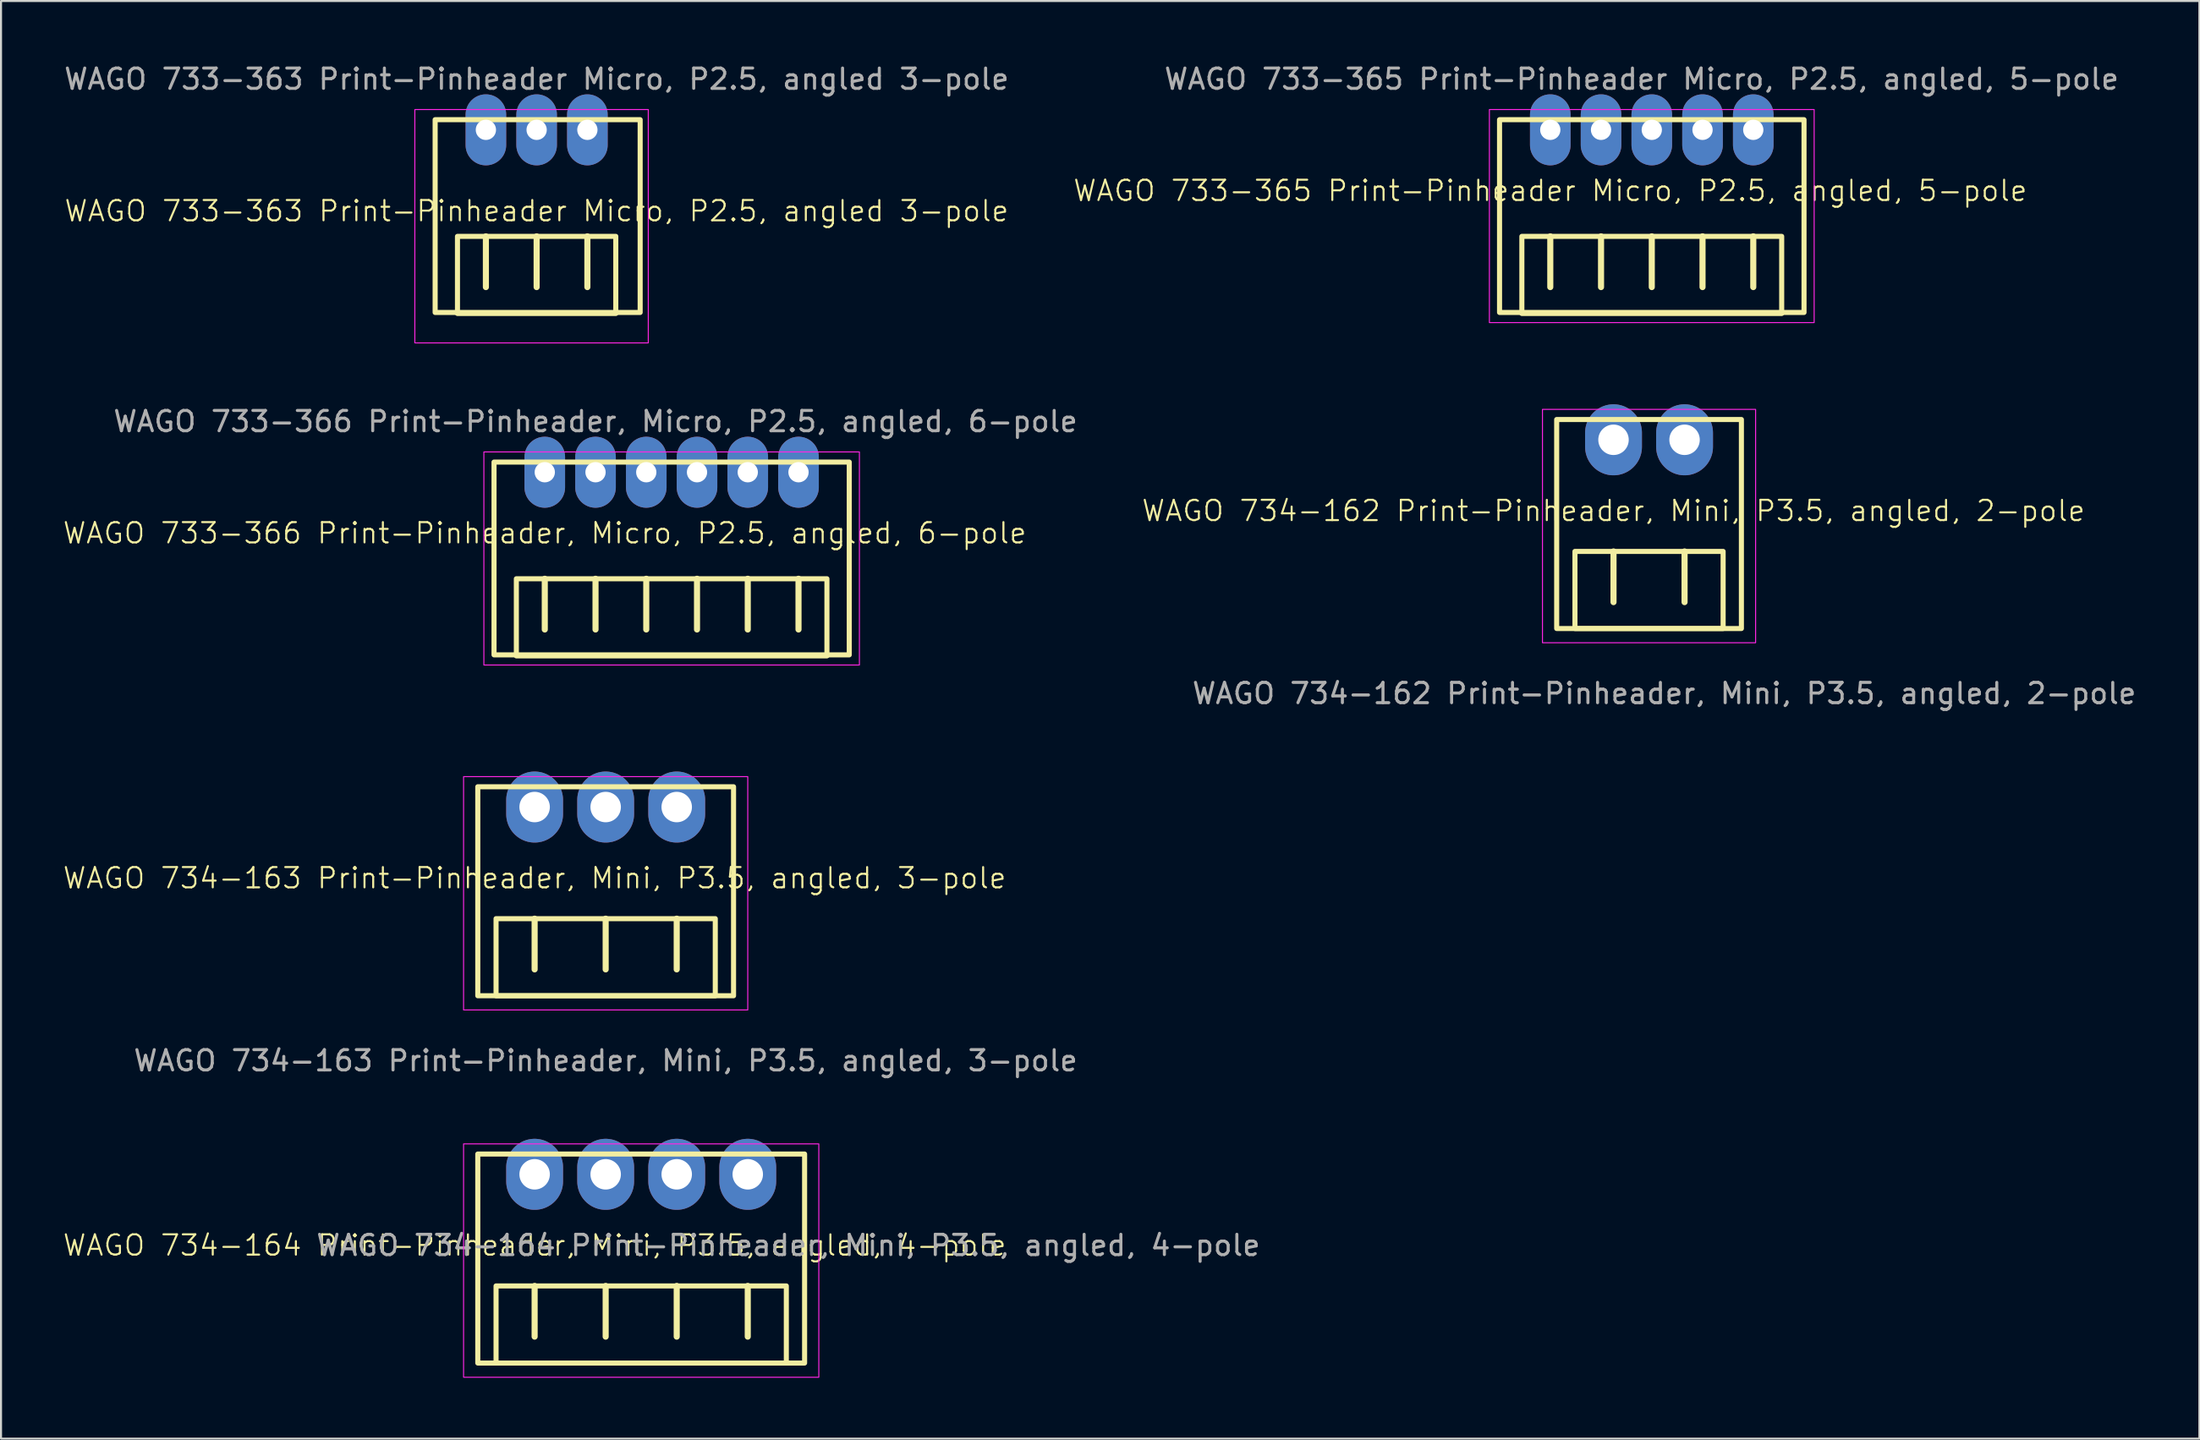
<source format=kicad_pcb>
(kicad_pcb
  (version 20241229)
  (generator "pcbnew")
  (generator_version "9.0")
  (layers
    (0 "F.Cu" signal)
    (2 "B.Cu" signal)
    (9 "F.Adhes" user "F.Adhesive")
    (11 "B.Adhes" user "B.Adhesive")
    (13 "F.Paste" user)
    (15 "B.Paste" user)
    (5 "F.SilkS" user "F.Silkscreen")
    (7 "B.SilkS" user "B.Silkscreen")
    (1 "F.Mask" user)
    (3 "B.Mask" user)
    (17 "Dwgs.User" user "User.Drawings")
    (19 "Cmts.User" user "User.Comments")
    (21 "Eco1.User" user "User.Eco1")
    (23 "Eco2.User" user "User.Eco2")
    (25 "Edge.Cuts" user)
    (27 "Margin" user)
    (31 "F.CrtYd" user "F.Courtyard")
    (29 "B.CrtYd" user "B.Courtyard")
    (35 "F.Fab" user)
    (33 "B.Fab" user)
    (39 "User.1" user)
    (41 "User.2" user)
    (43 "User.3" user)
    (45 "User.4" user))
  (footprint "WAGO 734-164 Print-Pinheader, Mini, P3.5, angled, 4-pole"
    (layer "F.Cu")
    (at 23.288 54.82)
    (property "Reference" "WAGO 734-164 Print-Pinheader, Mini, P3.5, angled, 4-pole" (at 0 3.5 0) (unlocked yes) (layer "F.SilkS") (effects (font (size 1 1) (thickness 0.1))))
    (attr through_hole)
    (fp_line (start 0 8) (end 0 5.5) (stroke (width 0.3) (type default)) (layer "F.SilkS"))
    (fp_line (start 3.5 8) (end 3.5 5.5) (stroke (width 0.3) (type default)) (layer "F.SilkS"))
    (fp_line (start 7 8) (end 7 5.5) (stroke (width 0.3) (type default)) (layer "F.SilkS"))
    (fp_line (start 10.5 8) (end 10.5 5.5) (stroke (width 0.3) (type default)) (layer "F.SilkS"))
    (fp_rect (start -2.8 -1) (end 13.3 9.3) (stroke (width 0.25) (type default)) (fill no) (layer "F.SilkS"))
    (fp_rect (start -1.9 5.5) (end 12.4 9.3) (stroke (width 0.25) (type default)) (fill no) (layer "F.SilkS"))
    (fp_rect (start -3.5 -1.5) (end 14 10) (stroke (width 0.05) (type default)) (fill no) (layer "F.CrtYd"))
    (fp_text user "${REFERENCE}" (at 12.5 3.5 0) (unlocked yes) (layer "F.Fab") (effects (font (size 1 1) (thickness 0.15))))
    (pad "1" thru_hole oval (at 0 0) (size 2.8 3.5) (drill 1.5) (layers "*.Cu" "*.Mask"))
    (pad "2" thru_hole oval (at 3.5 0) (size 2.8 3.5) (drill 1.5) (layers "*.Cu" "*.Mask"))
    (pad "3" thru_hole oval (at 7 0) (size 2.8 3.5) (drill 1.5) (layers "*.Cu" "*.Mask"))
    (pad "4" thru_hole oval (at 10.5 0) (size 2.8 3.5) (drill 1.5) (layers "*.Cu" "*.Mask")))
  (footprint "WAGO 733-365 Print-Pinheader Micro, P2.5, angled, 5-pole"
    (layer "F.Cu")
    (at 70.824 2.848)
    (property "Reference" "WAGO 733-365 Print-Pinheader Micro, P2.5, angled, 5-pole" (at 2.5 3.5 0) (unlocked yes) (layer "F.SilkS") (effects (font (size 1 1) (thickness 0.1))))
    (attr through_hole)
    (fp_line (start 2.5 8.25) (end 2.5 5.75) (stroke (width 0.3) (type default)) (layer "F.SilkS"))
    (fp_line (start 5 8.25) (end 5 5.75) (stroke (width 0.3) (type default)) (layer "F.SilkS"))
    (fp_line (start 7.5 8.25) (end 7.5 5.75) (stroke (width 0.3) (type default)) (layer "F.SilkS"))
    (fp_line (start 10 8.25) (end 10 5.75) (stroke (width 0.3) (type default)) (layer "F.SilkS"))
    (fp_line (start 12.5 8.25) (end 12.5 5.75) (stroke (width 0.3) (type default)) (layer "F.SilkS"))
    (fp_rect (start 0 0) (end 15 9.5) (stroke (width 0.25) (type default)) (fill no) (layer "F.SilkS"))
    (fp_rect (start 1.1 5.75) (end 13.9 9.55) (stroke (width 0.25) (type default)) (fill no) (layer "F.SilkS"))
    (fp_rect (start -0.5 -0.5) (end 15.5 10) (stroke (width 0.05) (type default)) (fill no) (layer "F.CrtYd"))
    (fp_text user "${REFERENCE}" (at 7 -2 0) (unlocked yes) (layer "F.Fab") (effects (font (size 1 1) (thickness 0.15))))
    (pad "1" thru_hole oval (at 2.5 0.5) (size 2 3.5) (drill 1) (layers "*.Cu" "*.Mask"))
    (pad "2" thru_hole oval (at 5 0.5) (size 2 3.5) (drill 1) (layers "*.Cu" "*.Mask"))
    (pad "3" thru_hole oval (at 7.5 0.5) (size 2 3.5) (drill 1) (layers "*.Cu" "*.Mask"))
    (pad "4" thru_hole oval (at 10 0.5) (size 2 3.5) (drill 1) (layers "*.Cu" "*.Mask"))
    (pad "5" thru_hole oval (at 12.5 0.5) (size 2 3.5) (drill 1) (layers "*.Cu" "*.Mask")))
  (footprint "WAGO 733-366 Print-Pinheader, Micro, P2.5, angled, 6-pole"
    (layer "F.Cu")
    (at 21.288 19.721)
    (property "Reference" "WAGO 733-366 Print-Pinheader, Micro, P2.5, angled, 6-pole" (at 2.5 3.5 0) (unlocked yes) (layer "F.SilkS") (effects (font (size 1 1) (thickness 0.1))))
    (attr through_hole)
    (fp_line (start 2.5 8.25) (end 2.5 5.75) (stroke (width 0.3) (type default)) (layer "F.SilkS"))
    (fp_line (start 5 8.25) (end 5 5.75) (stroke (width 0.3) (type default)) (layer "F.SilkS"))
    (fp_line (start 7.5 8.25) (end 7.5 5.75) (stroke (width 0.3) (type default)) (layer "F.SilkS"))
    (fp_line (start 10 8.25) (end 10 5.75) (stroke (width 0.3) (type default)) (layer "F.SilkS"))
    (fp_line (start 12.5 8.25) (end 12.5 5.75) (stroke (width 0.3) (type default)) (layer "F.SilkS"))
    (fp_line (start 15 8.25) (end 15 5.75) (stroke (width 0.3) (type default)) (layer "F.SilkS"))
    (fp_rect (start 0 0) (end 17.5 9.5) (stroke (width 0.25) (type default)) (fill no) (layer "F.SilkS"))
    (fp_rect (start 1.1 5.75) (end 16.4 9.55) (stroke (width 0.25) (type default)) (fill no) (layer "F.SilkS"))
    (fp_rect (start -0.5 -0.5) (end 18 10) (stroke (width 0.05) (type default)) (fill no) (layer "F.CrtYd"))
    (fp_text user "${REFERENCE}" (at 5 -2 0) (unlocked yes) (layer "F.Fab") (effects (font (size 1 1) (thickness 0.15))))
    (pad "1" thru_hole oval (at 2.5 0.5) (size 2 3.5) (drill 1) (layers "*.Cu" "*.Mask"))
    (pad "2" thru_hole oval (at 5 0.5) (size 2 3.5) (drill 1) (layers "*.Cu" "*.Mask"))
    (pad "3" thru_hole oval (at 7.5 0.5) (size 2 3.5) (drill 1) (layers "*.Cu" "*.Mask"))
    (pad "4" thru_hole oval (at 10 0.5) (size 2 3.5) (drill 1) (layers "*.Cu" "*.Mask"))
    (pad "5" thru_hole oval (at 12.5 0.5) (size 2 3.5) (drill 1) (layers "*.Cu" "*.Mask"))
    (pad "6" thru_hole oval (at 15 0.5) (size 2 3.5) (drill 1) (layers "*.Cu" "*.Mask")))
  (footprint "WAGO 734-163 Print-Pinheader, Mini, P3.5, angled, 3-pole"
    (layer "F.Cu")
    (at 23.288 36.721)
    (property "Reference" "WAGO 734-163 Print-Pinheader, Mini, P3.5, angled, 3-pole" (at 0 3.5 0) (unlocked yes) (layer "F.SilkS") (effects (font (size 1 1) (thickness 0.1))))
    (attr through_hole)
    (fp_line (start 0 8) (end 0 5.5) (stroke (width 0.3) (type default)) (layer "F.SilkS"))
    (fp_line (start 3.5 8) (end 3.5 5.5) (stroke (width 0.3) (type default)) (layer "F.SilkS"))
    (fp_line (start 7 8) (end 7 5.5) (stroke (width 0.3) (type default)) (layer "F.SilkS"))
    (fp_rect (start -2.8 -1) (end 9.8 9.3) (stroke (width 0.25) (type default)) (fill no) (layer "F.SilkS"))
    (fp_rect (start -1.9 5.5) (end 8.9 9.3) (stroke (width 0.25) (type default)) (fill no) (layer "F.SilkS"))
    (fp_rect (start -3.5 -1.5) (end 10.5 10) (stroke (width 0.05) (type default)) (fill no) (layer "F.CrtYd"))
    (fp_text user "${REFERENCE}" (at 3.5 12.5 0) (unlocked yes) (layer "F.Fab") (effects (font (size 1 1) (thickness 0.15))))
    (pad "1" thru_hole oval (at 0 0) (size 2.8 3.5) (drill 1.5) (layers "*.Cu" "*.Mask"))
    (pad "2" thru_hole oval (at 3.5 0) (size 2.8 3.5) (drill 1.5) (layers "*.Cu" "*.Mask"))
    (pad "3" thru_hole oval (at 7 0) (size 2.8 3.5) (drill 1.5) (layers "*.Cu" "*.Mask")))
  (footprint "WAGO 734-162 Print-Pinheader, Mini, P3.5, angled, 2-pole"
    (layer "F.Cu")
    (at 76.439 18.623)
    (property "Reference" "WAGO 734-162 Print-Pinheader, Mini, P3.5, angled, 2-pole" (at 0 3.5 0) (unlocked yes) (layer "F.SilkS") (effects (font (size 1 1) (thickness 0.1))))
    (attr through_hole)
    (fp_line (start 0 8) (end 0 5.5) (stroke (width 0.3) (type default)) (layer "F.SilkS"))
    (fp_line (start 3.5 8) (end 3.5 5.5) (stroke (width 0.3) (type default)) (layer "F.SilkS"))
    (fp_rect (start -2.8 -1) (end 6.3 9.3) (stroke (width 0.25) (type default)) (fill no) (layer "F.SilkS"))
    (fp_rect (start -1.9 5.5) (end 5.4 9.3) (stroke (width 0.25) (type default)) (fill no) (layer "F.SilkS"))
    (fp_rect (start -3.5 -1.5) (end 7 10) (stroke (width 0.05) (type default)) (fill no) (layer "F.CrtYd"))
    (fp_text user "${REFERENCE}" (at 2.5 12.5 0) (unlocked yes) (layer "F.Fab") (effects (font (size 1 1) (thickness 0.15))))
    (pad "1" thru_hole oval (at 0 0) (size 2.8 3.5) (drill 1.5) (layers "*.Cu" "*.Mask"))
    (pad "2" thru_hole oval (at 3.5 0) (size 2.8 3.5) (drill 1.5) (layers "*.Cu" "*.Mask")))
  (footprint "WAGO 733-363 Print-Pinheader Micro, P2.5, angled 3-pole"
    (layer "F.Cu")
    (at 20.887 3.848)
    (property "Reference" "WAGO 733-363 Print-Pinheader Micro, P2.5, angled 3-pole" (at 2.5 3.5 0) (unlocked yes) (layer "F.SilkS") (effects (font (size 1 1) (thickness 0.1))))
    (attr through_hole)
    (fp_line (start 0 7.25) (end 0 4.75) (stroke (width 0.3) (type default)) (layer "F.SilkS"))
    (fp_line (start 2.5 7.25) (end 2.5 4.75) (stroke (width 0.3) (type default)) (layer "F.SilkS"))
    (fp_line (start 5 7.25) (end 5 4.75) (stroke (width 0.3) (type default)) (layer "F.SilkS"))
    (fp_rect (start -2.5 -1) (end 7.6 8.5) (stroke (width 0.25) (type default)) (fill no) (layer "F.SilkS"))
    (fp_rect (start -1.4 4.75) (end 6.4 8.55) (stroke (width 0.25) (type default)) (fill no) (layer "F.SilkS"))
    (fp_rect (start -3.5 -1.5) (end 8 10) (stroke (width 0.05) (type default)) (fill no) (layer "F.CrtYd"))
    (fp_text user "${REFERENCE}" (at 2.5 -3 0) (unlocked yes) (layer "F.Fab") (effects (font (size 1 1) (thickness 0.15))))
    (pad "1" thru_hole oval (at 0 -0.5) (size 2 3.5) (drill 1) (layers "*.Cu" "*.Mask"))
    (pad "2" thru_hole oval (at 2.5 -0.5) (size 2 3.5) (drill 1) (layers "*.Cu" "*.Mask"))
    (pad "3" thru_hole oval (at 5 -0.5) (size 2 3.5) (drill 1) (layers "*.Cu" "*.Mask")))
  (gr_rect
    (start -3 -3)
    (end 105.302 67.845)
    (stroke (width 0.1) (type default))
    (fill no)
    (layer "Edge.Cuts")))
</source>
